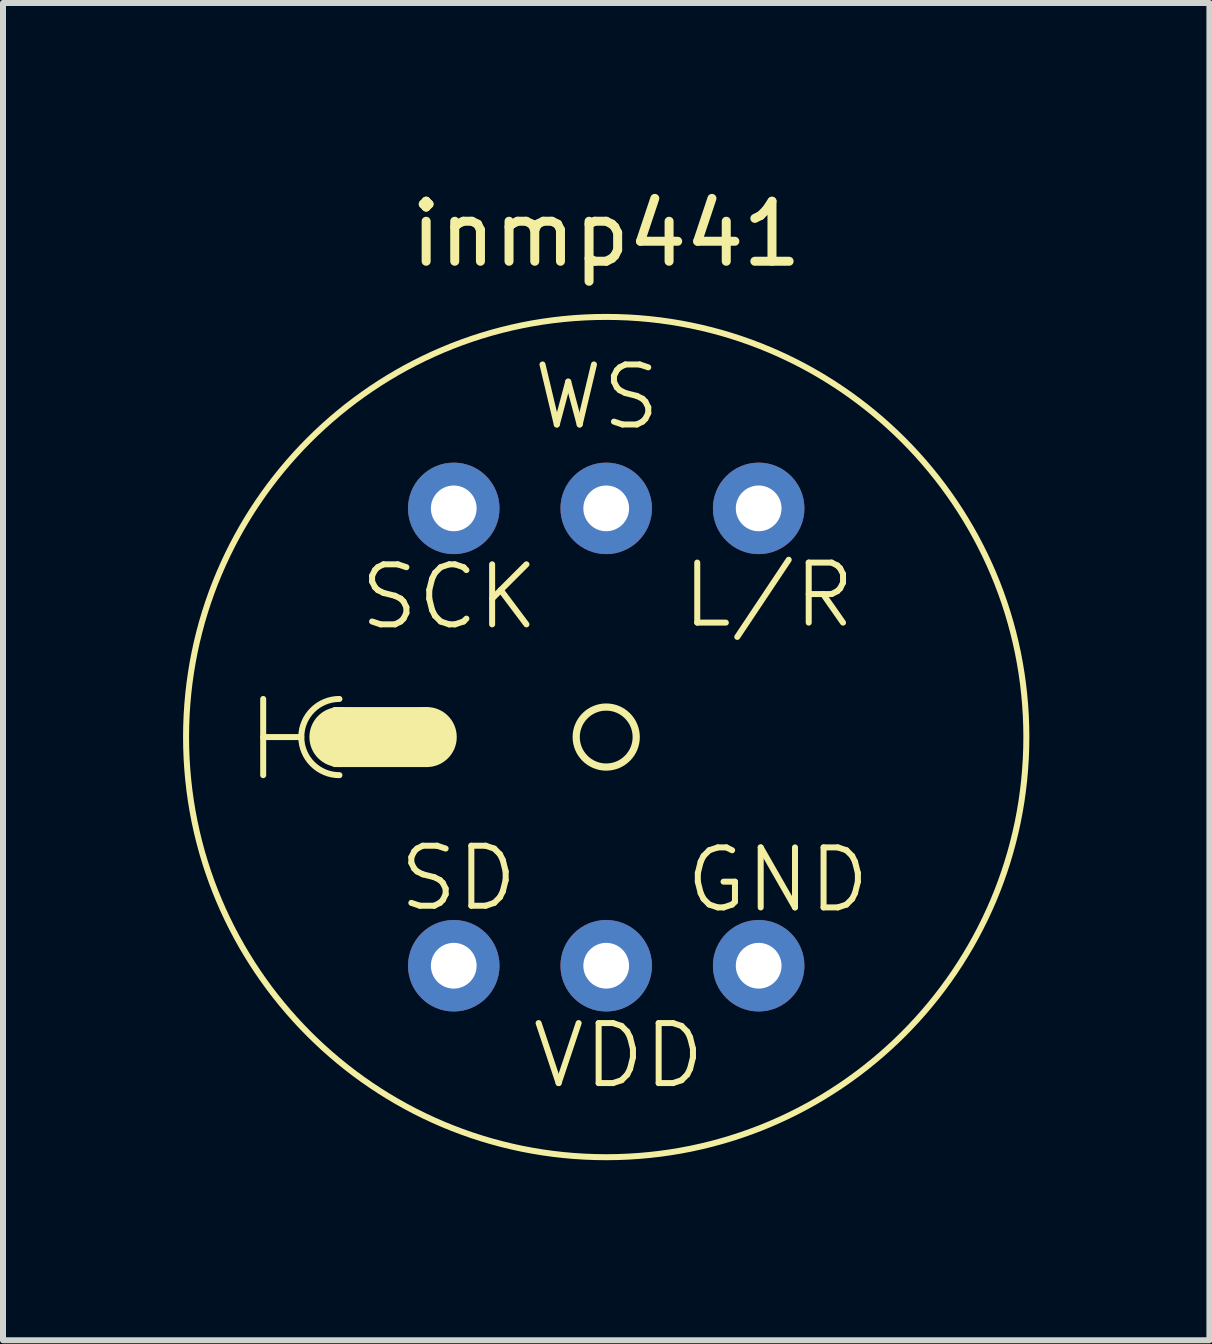
<source format=kicad_pcb>
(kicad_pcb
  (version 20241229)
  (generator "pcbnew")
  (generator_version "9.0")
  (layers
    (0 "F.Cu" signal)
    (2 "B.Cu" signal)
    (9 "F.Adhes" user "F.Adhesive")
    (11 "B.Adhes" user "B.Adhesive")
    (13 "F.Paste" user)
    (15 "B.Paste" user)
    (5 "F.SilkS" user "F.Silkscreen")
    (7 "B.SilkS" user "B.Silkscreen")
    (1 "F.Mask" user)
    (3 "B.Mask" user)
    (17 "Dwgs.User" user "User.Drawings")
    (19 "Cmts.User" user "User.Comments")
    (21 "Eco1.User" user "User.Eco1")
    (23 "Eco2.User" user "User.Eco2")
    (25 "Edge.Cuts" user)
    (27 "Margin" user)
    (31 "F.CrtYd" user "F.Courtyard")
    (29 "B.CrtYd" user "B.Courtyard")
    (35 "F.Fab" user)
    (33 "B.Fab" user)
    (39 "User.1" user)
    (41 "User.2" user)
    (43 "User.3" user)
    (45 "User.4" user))
  (footprint "inmp441"
    (layer "F.Cu")
    (at 7.05 9.23)
    (property "Reference" "inmp441" (at 0 -8.382 0) (layer "F.SilkS") (effects (font (size 1 1) (thickness 0.15))))
    (attr through_hole)
    (fp_line (start -5.715 -0.635) (end -5.715 0.635) (stroke (width 0.1) (type default)) (layer "F.SilkS"))
    (fp_line (start -5.715 0) (end -5.08 0) (stroke (width 0.1) (type default)) (layer "F.SilkS"))
    (fp_rect (start -4.525 -0.45) (end -2.99 0.45) (stroke (width 0.1) (type solid)) (fill yes) (layer "F.SilkS"))
    (fp_arc (start -4.445 0.635) (mid -5.08 0) (end -4.445 -0.635) (stroke (width 0.1) (type default)) (layer "F.SilkS"))
    (fp_circle (center -4.445 0) (end -3.995 0) (stroke (width 0.1) (type solid)) (fill yes) (layer "F.SilkS"))
    (fp_circle (center -2.99 0) (end -2.54 0) (stroke (width 0.1) (type solid)) (fill yes) (layer "F.SilkS"))
    (fp_circle (center 0 0) (end 0.5 0) (stroke (width 0.12) (type solid)) (fill no) (layer "F.SilkS"))
    (fp_circle (center 0 0) (end 7 0) (stroke (width 0.1) (type default)) (fill no) (layer "F.SilkS"))
    (fp_text user "L/R" (at 1.213 -1.779 0) (unlocked yes) (layer "F.SilkS") (effects (font (size 1 1) (thickness 0.1)) (justify left bottom)))
    (fp_text user "VDD" (at -1.287 5.893 0) (unlocked yes) (layer "F.SilkS") (effects (font (size 1 1) (thickness 0.1)) (justify left bottom)))
    (fp_text user "SCK" (at -4.157 -1.75 0) (unlocked yes) (layer "F.SilkS") (effects (font (size 1 1) (thickness 0.1)) (justify left bottom)))
    (fp_text user "SD" (at -3.503 2.938 0) (unlocked yes) (layer "F.SilkS") (effects (font (size 1 1) (thickness 0.1)) (justify left bottom)))
    (fp_text user "GND" (at 1.27 2.966 0) (unlocked yes) (layer "F.SilkS") (effects (font (size 1 1) (thickness 0.1)) (justify left bottom)))
    (fp_text user "WS" (at -1.27 -5.08 0) (unlocked yes) (layer "F.SilkS") (effects (font (size 1 1) (thickness 0.1)) (justify left bottom)))
    (pad "1" thru_hole circle (at 0 3.81) (size 1.524 1.524) (drill 0.762) (layers "*.Cu" "*.Mask"))
    (pad "2" thru_hole circle (at 2.54 3.81) (size 1.524 1.524) (drill 0.762) (layers "*.Cu" "*.Mask"))
    (pad "3" thru_hole circle (at -2.54 -3.81) (size 1.524 1.524) (drill 0.762) (layers "*.Cu" "*.Mask"))
    (pad "4" thru_hole circle (at -2.54 3.81) (size 1.524 1.524) (drill 0.762) (layers "*.Cu" "*.Mask"))
    (pad "5" thru_hole circle (at 0 -3.81) (size 1.524 1.524) (drill 0.762) (layers "*.Cu" "*.Mask"))
    (pad "6" thru_hole circle (at 2.54 -3.81) (size 1.524 1.524) (drill 0.762) (layers "*.Cu" "*.Mask")))
  (gr_rect
    (start -3 -3)
    (end 17.1 19.28)
    (stroke (width 0.1) (type default))
    (fill no)
    (layer "Edge.Cuts")))
</source>
